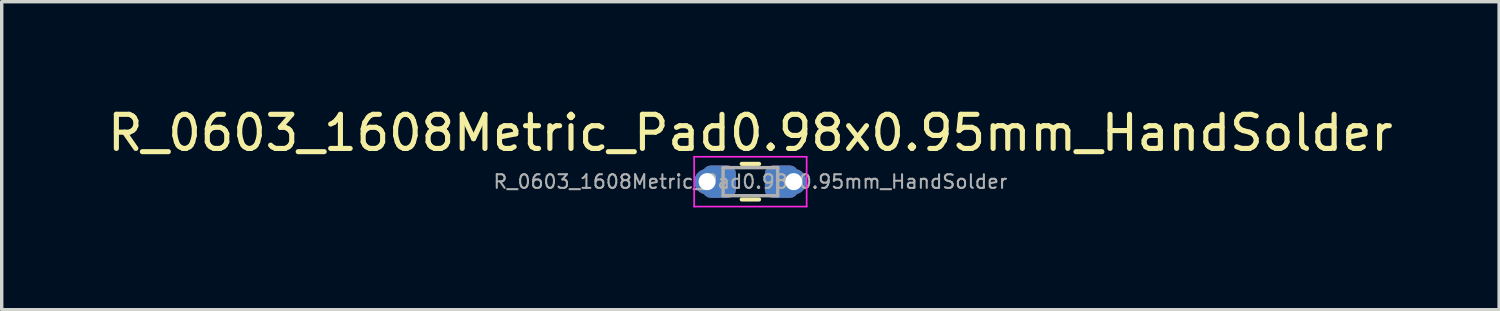
<source format=kicad_pcb>
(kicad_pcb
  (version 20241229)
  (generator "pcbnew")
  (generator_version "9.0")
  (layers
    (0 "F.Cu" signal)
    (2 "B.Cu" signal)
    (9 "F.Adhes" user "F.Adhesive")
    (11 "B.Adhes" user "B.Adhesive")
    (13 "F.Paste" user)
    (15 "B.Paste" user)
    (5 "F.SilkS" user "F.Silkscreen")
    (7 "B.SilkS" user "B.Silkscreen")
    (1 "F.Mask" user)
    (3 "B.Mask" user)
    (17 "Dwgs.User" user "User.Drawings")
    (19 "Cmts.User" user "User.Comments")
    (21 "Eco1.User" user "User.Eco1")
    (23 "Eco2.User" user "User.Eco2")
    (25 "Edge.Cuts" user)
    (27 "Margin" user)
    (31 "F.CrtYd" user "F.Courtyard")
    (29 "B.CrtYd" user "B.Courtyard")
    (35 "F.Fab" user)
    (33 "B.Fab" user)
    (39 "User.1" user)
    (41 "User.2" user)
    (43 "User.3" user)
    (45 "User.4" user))
  (footprint "R_0603_1608Metric_Pad0.98x0.95mm_HandSolder"
    (layer "F.Cu")
    (at 18.958 2.278)
    (property "Reference" "R_0603_1608Metric_Pad0.98x0.95mm_HandSolder" (at 0 -1.43 0) (layer "F.SilkS") (effects (font (size 1 1) (thickness 0.15))))
    (attr smd)
    (fp_line (start -0.255 -0.522) (end 0.255 -0.522) (stroke (width 0.12) (type solid)) (layer "F.SilkS"))
    (fp_line (start -0.255 0.522) (end 0.255 0.522) (stroke (width 0.12) (type solid)) (layer "F.SilkS"))
    (fp_line (start -1.65 -0.73) (end 1.65 -0.73) (stroke (width 0.05) (type solid)) (layer "F.CrtYd"))
    (fp_line (start -1.65 0.73) (end -1.65 -0.73) (stroke (width 0.05) (type solid)) (layer "F.CrtYd"))
    (fp_line (start 1.65 -0.73) (end 1.65 0.73) (stroke (width 0.05) (type solid)) (layer "F.CrtYd"))
    (fp_line (start 1.65 0.73) (end -1.65 0.73) (stroke (width 0.05) (type solid)) (layer "F.CrtYd"))
    (fp_line (start -0.8 -0.412) (end 0.8 -0.412) (stroke (width 0.1) (type solid)) (layer "F.Fab"))
    (fp_line (start -0.8 0.412) (end -0.8 -0.412) (stroke (width 0.1) (type solid)) (layer "F.Fab"))
    (fp_line (start 0.8 -0.412) (end 0.8 0.412) (stroke (width 0.1) (type solid)) (layer "F.Fab"))
    (fp_line (start 0.8 0.412) (end -0.8 0.412) (stroke (width 0.1) (type solid)) (layer "F.Fab"))
    (fp_text user "${REFERENCE}" (at 0 0 0) (layer "F.Fab") (effects (font (size 0.4 0.4) (thickness 0.06))))
    (pad "1" thru_hole circle (at -1.27 0) (size 0.75 0.75) (drill 0.5) (layers "*.Cu" "*.Mask"))
    (pad "1" smd roundrect (at -0.912 0) (size 0.975 0.95) (layers "*.Mask" "F.Cu") (roundrect_rratio 0.25))
    (pad "1" smd roundrect (at -0.912 0) (size 0.975 0.95) (layers "*.Mask" "B.Cu") (roundrect_rratio 0.25))
    (pad "2" smd roundrect (at 0.912 0) (size 0.975 0.95) (layers "*.Mask" "F.Cu") (roundrect_rratio 0.25))
    (pad "2" smd roundrect (at 0.912 0) (size 0.975 0.95) (layers "*.Mask" "B.Cu") (roundrect_rratio 0.25))
    (pad "2" thru_hole circle (at 1.27 0) (size 0.75 0.75) (drill 0.5) (layers "*.Cu" "*.Mask")))
  (gr_rect
    (start -3 -3)
    (end 40.917 6.033)
    (stroke (width 0.1) (type default))
    (fill no)
    (layer "Edge.Cuts")))
</source>
